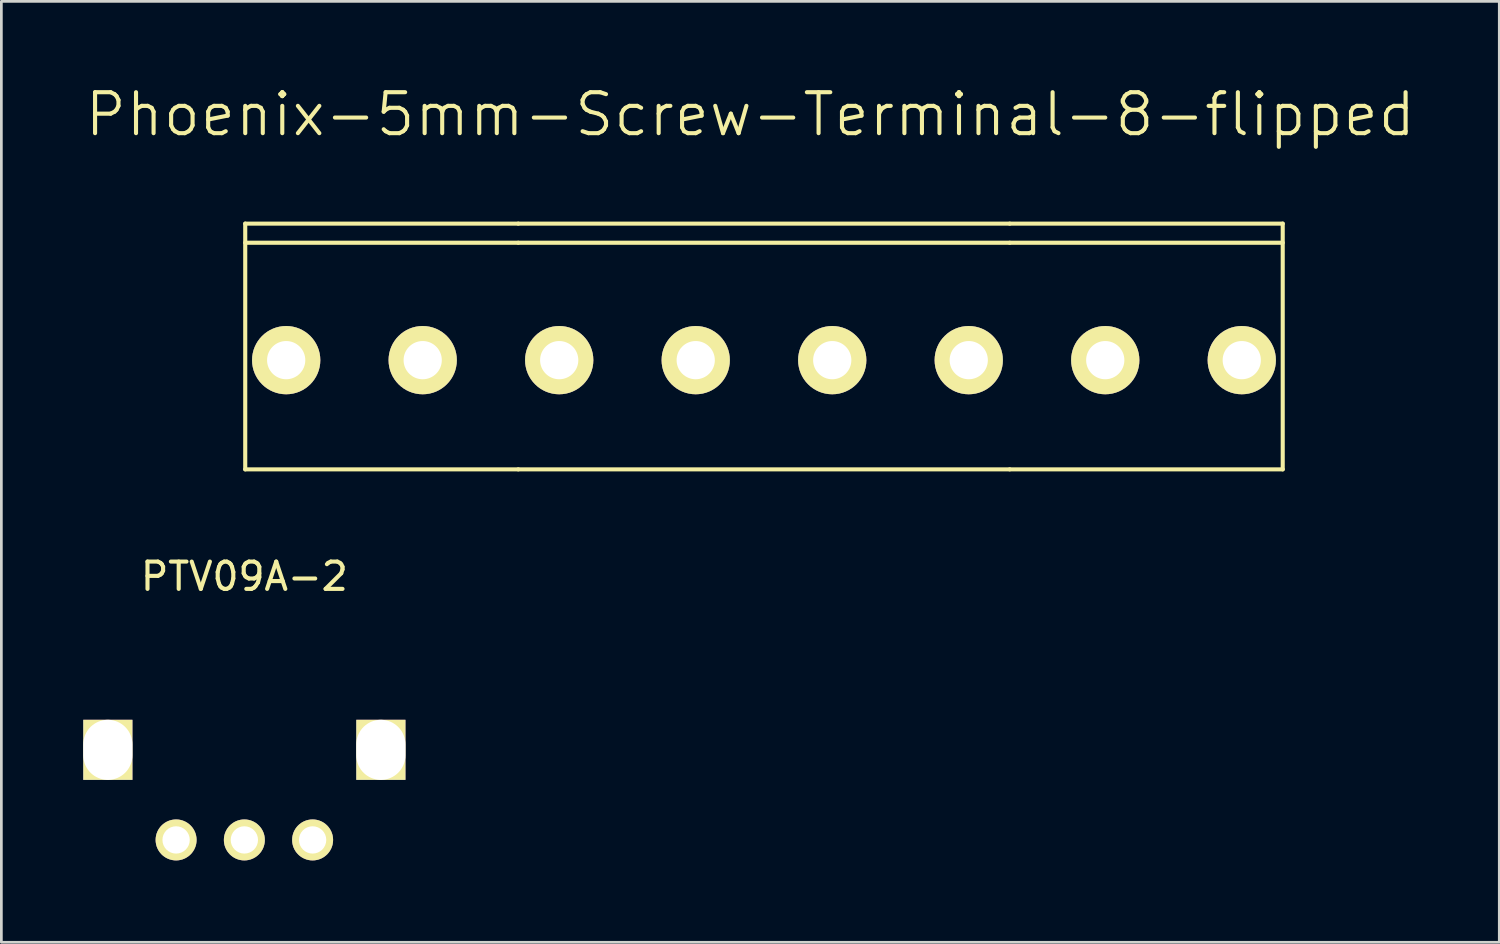
<source format=kicad_pcb>
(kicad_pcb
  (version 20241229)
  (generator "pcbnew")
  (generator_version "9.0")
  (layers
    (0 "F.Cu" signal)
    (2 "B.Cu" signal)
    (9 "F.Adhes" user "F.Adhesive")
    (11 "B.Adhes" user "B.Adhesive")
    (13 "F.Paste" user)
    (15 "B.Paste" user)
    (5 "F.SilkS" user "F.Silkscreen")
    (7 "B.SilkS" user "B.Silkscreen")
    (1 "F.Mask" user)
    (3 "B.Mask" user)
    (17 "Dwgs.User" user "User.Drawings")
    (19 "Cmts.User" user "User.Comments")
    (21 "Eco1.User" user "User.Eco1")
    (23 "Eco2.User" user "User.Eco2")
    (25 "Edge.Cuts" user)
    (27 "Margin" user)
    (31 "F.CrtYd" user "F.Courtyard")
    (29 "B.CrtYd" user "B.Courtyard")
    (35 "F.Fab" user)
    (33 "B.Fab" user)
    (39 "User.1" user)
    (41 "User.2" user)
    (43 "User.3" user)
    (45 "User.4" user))
  (footprint "Phoenix-5mm-Screw-Terminal-8-flipped"
    (layer "F.Cu")
    (at 24.932 10.141)
    (property "Reference" "Phoenix-5mm-Screw-Terminal-8-flipped" (at -0.5 -9 0) (layer "F.SilkS") (effects (font (size 1.5 1.5) (thickness 0.15))))
    (attr through_hole)
    (fp_line (start -19 -5) (end -9 -5) (stroke (width 0.15) (type solid)) (layer "F.SilkS"))
    (fp_line (start -19 4) (end -19 -5) (stroke (width 0.15) (type solid)) (layer "F.SilkS"))
    (fp_line (start -9 -5) (end 9 -5) (stroke (width 0.15) (type solid)) (layer "F.SilkS"))
    (fp_line (start -9 -4.3) (end -19 -4.3) (stroke (width 0.15) (type solid)) (layer "F.SilkS"))
    (fp_line (start -9 -4.3) (end 9 -4.3) (stroke (width 0.15) (type solid)) (layer "F.SilkS"))
    (fp_line (start -9 4) (end -19 4) (stroke (width 0.15) (type solid)) (layer "F.SilkS"))
    (fp_line (start 9 -5) (end 19 -5) (stroke (width 0.15) (type solid)) (layer "F.SilkS"))
    (fp_line (start 9 4) (end -9 4) (stroke (width 0.15) (type solid)) (layer "F.SilkS"))
    (fp_line (start 19 -5) (end 19 4) (stroke (width 0.15) (type solid)) (layer "F.SilkS"))
    (fp_line (start 19 -4.3) (end 9 -4.3) (stroke (width 0.15) (type solid)) (layer "F.SilkS"))
    (fp_line (start 19 4) (end 9 4) (stroke (width 0.15) (type solid)) (layer "F.SilkS"))
    (pad "1" thru_hole circle (at 17.5 0 180) (size 2.5 2.5) (drill 1.4) (layers "*.Cu" "*.Mask" "F.SilkS"))
    (pad "2" thru_hole circle (at 12.5 0 180) (size 2.5 2.5) (drill 1.4) (layers "*.Cu" "*.Mask" "F.SilkS"))
    (pad "3" thru_hole circle (at 7.5 0 180) (size 2.5 2.5) (drill 1.4) (layers "*.Cu" "*.Mask" "F.SilkS"))
    (pad "4" thru_hole circle (at 2.5 0 180) (size 2.5 2.5) (drill 1.4) (layers "*.Cu" "*.Mask" "F.SilkS"))
    (pad "5" thru_hole circle (at -2.5 0 180) (size 2.5 2.5) (drill 1.4) (layers "*.Cu" "*.Mask" "F.SilkS"))
    (pad "6" thru_hole circle (at -7.5 0 180) (size 2.5 2.5) (drill 1.4) (layers "*.Cu" "*.Mask" "F.SilkS"))
    (pad "7" thru_hole circle (at -12.5 0 180) (size 2.5 2.5) (drill 1.4) (layers "*.Cu" "*.Mask" "F.SilkS"))
    (pad "8" thru_hole circle (at -17.5 0 180) (size 2.5 2.5) (drill 1.4) (layers "*.Cu" "*.Mask" "F.SilkS")))
  (footprint "PTV09A-2"
    (layer "F.Cu")
    (at 5.9 24.414)
    (property "Reference" "PTV09A-2" (at 0 -6.35 0) (layer "F.SilkS") (effects (font (size 1 1) (thickness 0.15))))
    (attr through_hole)
    (pad "" np_thru_hole rect (at -5 0) (size 1.8 2.2) (drill oval 1.8 2.2) (layers "*.Cu" "*.Mask" "F.SilkS"))
    (pad "" np_thru_hole rect (at 5 0) (size 1.8 2.2) (drill oval 1.8 2.2) (layers "*.Cu" "*.Mask" "F.SilkS"))
    (pad "1" thru_hole circle (at -2.5 3.3 180) (size 1.5 1.5) (drill 1) (layers "*.Cu" "*.Mask" "F.SilkS"))
    (pad "2" thru_hole circle (at 0 3.3 180) (size 1.5 1.5) (drill 1) (layers "*.Cu" "*.Mask" "F.SilkS"))
    (pad "3" thru_hole circle (at 2.5 3.3 180) (size 1.5 1.5) (drill 1) (layers "*.Cu" "*.Mask" "F.SilkS")))
  (gr_rect
    (start -3 -3)
    (end 51.864 31.464)
    (stroke (width 0.1) (type default))
    (fill no)
    (layer "Edge.Cuts")))
</source>
